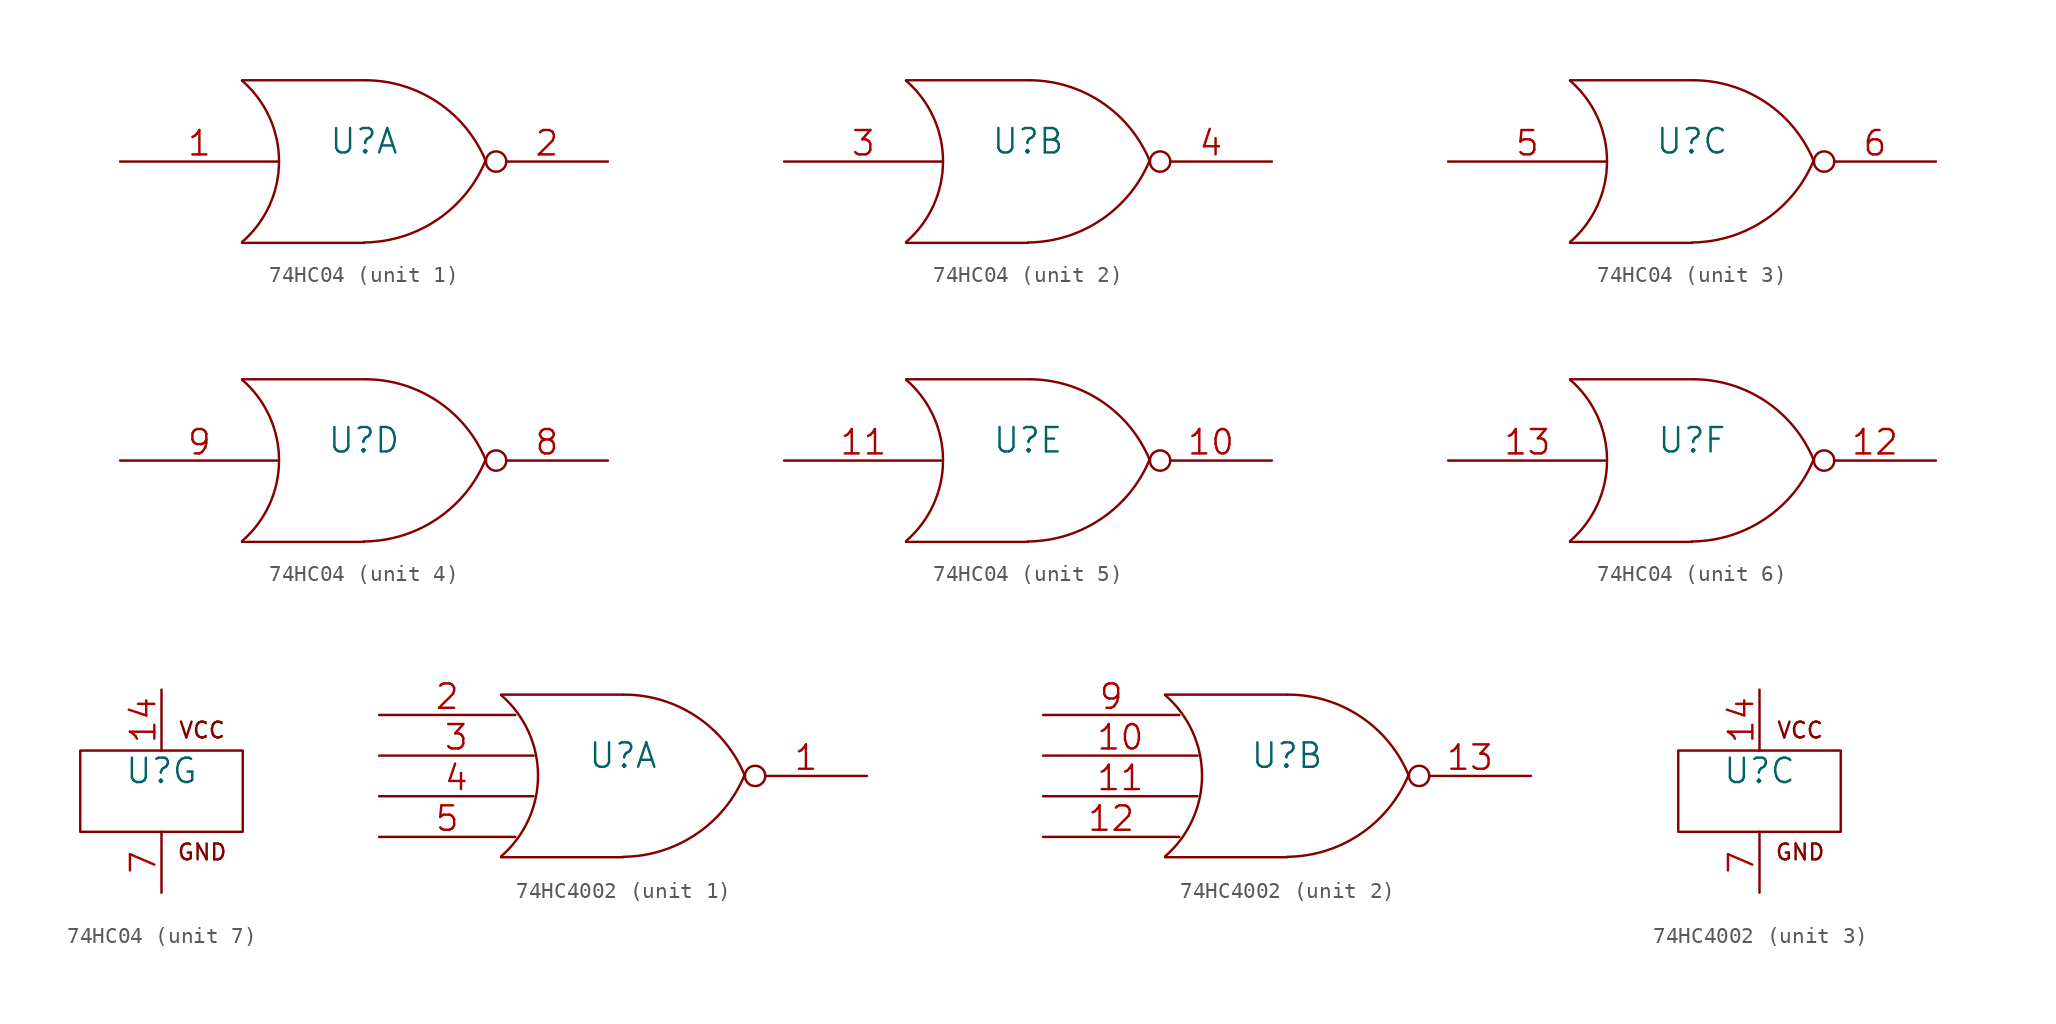
<source format=kicad_sym>
(kicad_symbol_lib
  (version 20211014)
  (generator kicad_symbol_editor)
  (symbol "74HC04"
    (pin_names
      (offset 0.762))
    (property "Reference" "U"
      (at 0 1.27 0)
      (effects (font (size 1.524 1.524))))
    (property "Datasheet" ""
      (at 0 0 0)
      (effects (font (size 1.524 1.524))))
    (property "Location" ""
      (at 0 0 0)
      (effects (font (size 1.27 1.27))))
    (property "ki_locked" ""
      (at 0 0 0)
      (effects (font (size 1.27 1.27))))
    (symbol "74HC04_1_1"
      (arc (start -7.62 -5.0292) (mid -5.3094 0.0082) (end -7.62 5.0546) (stroke (width 0) (type default) (color 0 0 0 0)) (fill (type none)))
      (arc (start 0 -5.0546) (mid 4.5632 -3.6449) (end 7.5946 0.0508) (stroke (width 0) (type default) (color 0 0 0 0)) (fill (type none)))
      (polyline (pts (xy -7.62 -5.08) (xy 0 -5.08)) (stroke (width 0) (type default) (color 0 0 0 0)) (fill (type none)))
      (polyline (pts (xy -7.62 5.08) (xy 0 5.08)) (stroke (width 0) (type default) (color 0 0 0 0)) (fill (type none)))
      (arc (start 7.62 0) (mid 4.6132 3.6946) (end 0.0508 5.08) (stroke (width 0) (type default) (color 0 0 0 0)) (fill (type none)))
      (pin input line (at -15.24 0 0) (length 9.906) (name "~" (effects (font (size 1.524 1.524)))) (number "1" (effects (font (size 1.524 1.524)))))
      (pin output inverted (at 15.24 0 180) (length 7.62) (name "~" (effects (font (size 1.524 1.524)))) (number "2" (effects (font (size 1.524 1.524))))))
    (symbol "74HC04_2_1"
      (arc (start -7.62 -5.0292) (mid -5.3094 0.0082) (end -7.62 5.0546) (stroke (width 0) (type default) (color 0 0 0 0)) (fill (type none)))
      (arc (start 0 -5.0546) (mid 4.5632 -3.6449) (end 7.5946 0.0508) (stroke (width 0) (type default) (color 0 0 0 0)) (fill (type none)))
      (polyline (pts (xy -7.62 -5.08) (xy 0 -5.08)) (stroke (width 0) (type default) (color 0 0 0 0)) (fill (type none)))
      (polyline (pts (xy -7.62 5.08) (xy 0 5.08)) (stroke (width 0) (type default) (color 0 0 0 0)) (fill (type none)))
      (arc (start 7.62 0) (mid 4.6132 3.6946) (end 0.0508 5.08) (stroke (width 0) (type default) (color 0 0 0 0)) (fill (type none)))
      (pin input line (at -15.24 0 0) (length 9.906) (name "~" (effects (font (size 1.524 1.524)))) (number "3" (effects (font (size 1.524 1.524)))))
      (pin output inverted (at 15.24 0 180) (length 7.62) (name "~" (effects (font (size 1.524 1.524)))) (number "4" (effects (font (size 1.524 1.524))))))
    (symbol "74HC04_3_1"
      (arc (start -7.62 -5.0292) (mid -5.3094 0.0082) (end -7.62 5.0546) (stroke (width 0) (type default) (color 0 0 0 0)) (fill (type none)))
      (arc (start 0 -5.0546) (mid 4.5632 -3.6449) (end 7.5946 0.0508) (stroke (width 0) (type default) (color 0 0 0 0)) (fill (type none)))
      (polyline (pts (xy -7.62 -5.08) (xy 0 -5.08)) (stroke (width 0) (type default) (color 0 0 0 0)) (fill (type none)))
      (polyline (pts (xy -7.62 5.08) (xy 0 5.08)) (stroke (width 0) (type default) (color 0 0 0 0)) (fill (type none)))
      (arc (start 7.62 0) (mid 4.6132 3.6946) (end 0.0508 5.08) (stroke (width 0) (type default) (color 0 0 0 0)) (fill (type none)))
      (pin input line (at -15.24 0 0) (length 9.906) (name "~" (effects (font (size 1.524 1.524)))) (number "5" (effects (font (size 1.524 1.524)))))
      (pin output inverted (at 15.24 0 180) (length 7.62) (name "~" (effects (font (size 1.524 1.524)))) (number "6" (effects (font (size 1.524 1.524))))))
    (symbol "74HC04_4_1"
      (arc (start -7.62 -5.0292) (mid -5.3094 0.0082) (end -7.62 5.0546) (stroke (width 0) (type default) (color 0 0 0 0)) (fill (type none)))
      (arc (start 0 -5.0546) (mid 4.5632 -3.6449) (end 7.5946 0.0508) (stroke (width 0) (type default) (color 0 0 0 0)) (fill (type none)))
      (polyline (pts (xy -7.62 -5.08) (xy 0 -5.08)) (stroke (width 0) (type default) (color 0 0 0 0)) (fill (type none)))
      (polyline (pts (xy -7.62 5.08) (xy 0 5.08)) (stroke (width 0) (type default) (color 0 0 0 0)) (fill (type none)))
      (arc (start 7.62 0) (mid 4.6132 3.6946) (end 0.0508 5.08) (stroke (width 0) (type default) (color 0 0 0 0)) (fill (type none)))
      (pin output inverted (at 15.24 0 180) (length 7.62) (name "~" (effects (font (size 1.524 1.524)))) (number "8" (effects (font (size 1.524 1.524)))))
      (pin input line (at -15.24 0 0) (length 9.906) (name "~" (effects (font (size 1.524 1.524)))) (number "9" (effects (font (size 1.524 1.524))))))
    (symbol "74HC04_5_1"
      (arc (start -7.62 -5.0292) (mid -5.3094 0.0082) (end -7.62 5.0546) (stroke (width 0) (type default) (color 0 0 0 0)) (fill (type none)))
      (arc (start 0 -5.0546) (mid 4.5632 -3.6449) (end 7.5946 0.0508) (stroke (width 0) (type default) (color 0 0 0 0)) (fill (type none)))
      (polyline (pts (xy -7.62 -5.08) (xy 0 -5.08)) (stroke (width 0) (type default) (color 0 0 0 0)) (fill (type none)))
      (polyline (pts (xy -7.62 5.08) (xy 0 5.08)) (stroke (width 0) (type default) (color 0 0 0 0)) (fill (type none)))
      (arc (start 7.62 0) (mid 4.6132 3.6946) (end 0.0508 5.08) (stroke (width 0) (type default) (color 0 0 0 0)) (fill (type none)))
      (pin output inverted (at 15.24 0 180) (length 7.62) (name "~" (effects (font (size 1.524 1.524)))) (number "10" (effects (font (size 1.524 1.524)))))
      (pin input line (at -15.24 0 0) (length 9.906) (name "~" (effects (font (size 1.524 1.524)))) (number "11" (effects (font (size 1.524 1.524))))))
    (symbol "74HC04_6_1"
      (arc (start -7.62 -5.0292) (mid -5.3094 0.0082) (end -7.62 5.0546) (stroke (width 0) (type default) (color 0 0 0 0)) (fill (type none)))
      (arc (start 0 -5.0546) (mid 4.5632 -3.6449) (end 7.5946 0.0508) (stroke (width 0) (type default) (color 0 0 0 0)) (fill (type none)))
      (polyline (pts (xy -7.62 -5.08) (xy 0 -5.08)) (stroke (width 0) (type default) (color 0 0 0 0)) (fill (type none)))
      (polyline (pts (xy -7.62 5.08) (xy 0 5.08)) (stroke (width 0) (type default) (color 0 0 0 0)) (fill (type none)))
      (arc (start 7.62 0) (mid 4.6132 3.6946) (end 0.0508 5.08) (stroke (width 0) (type default) (color 0 0 0 0)) (fill (type none)))
      (pin output inverted (at 15.24 0 180) (length 7.62) (name "~" (effects (font (size 1.524 1.524)))) (number "12" (effects (font (size 1.524 1.524)))))
      (pin input line (at -15.24 0 0) (length 9.906) (name "~" (effects (font (size 1.524 1.524)))) (number "13" (effects (font (size 1.524 1.524))))))
    (symbol "74HC04_7_0"
      (text "GND" (at 2.54 -3.81 0) (effects (font (size 0.991 0.991))))
      (text "VCC" (at 2.54 3.81 0) (effects (font (size 0.991 0.991)))))
    (symbol "74HC04_7_1"
      (rectangle (start -5.08 2.54) (end 5.08 -2.54) (stroke (width 0) (type default) (color 0 0 0 0)) (fill (type none)))
      (pin power_in line (at 0 6.35 270) (length 3.81) (name "VCC" (effects (font (size 0 0)))) (number "14" (effects (font (size 1.524 1.524)))))
      (pin power_in line (at 0 -6.35 90) (length 3.81) (name "GND" (effects (font (size 0 0)))) (number "7" (effects (font (size 1.524 1.524)))))))
  (symbol "74HC4002"
    (pin_names
      (offset 0.762))
    (property "Reference" "U"
      (at 0 1.27 0)
      (effects (font (size 1.524 1.524))))
    (property "Datasheet" ""
      (at 0 0 0)
      (effects (font (size 1.524 1.524))))
    (property "ki_locked" ""
      (at 0 0 0)
      (effects (font (size 1.27 1.27))))
    (symbol "74HC4002_1_1"
      (arc (start -7.62 -5.0292) (mid -5.3094 0.0082) (end -7.62 5.0546) (stroke (width 0) (type default) (color 0 0 0 0)) (fill (type none)))
      (arc (start 0 -5.0546) (mid 4.5632 -3.6449) (end 7.5946 0.0508) (stroke (width 0) (type default) (color 0 0 0 0)) (fill (type none)))
      (polyline (pts (xy -7.62 -5.08) (xy 0 -5.08)) (stroke (width 0) (type default) (color 0 0 0 0)) (fill (type none)))
      (polyline (pts (xy -7.62 5.08) (xy 0 5.08)) (stroke (width 0) (type default) (color 0 0 0 0)) (fill (type none)))
      (arc (start 7.62 0) (mid 4.6132 3.6946) (end 0.0508 5.08) (stroke (width 0) (type default) (color 0 0 0 0)) (fill (type none)))
      (pin output inverted (at 15.24 0 180) (length 7.62) (name "~" (effects (font (size 1.524 1.524)))) (number "1" (effects (font (size 1.524 1.524)))))
      (pin input line (at -15.24 3.81 0) (length 8.509) (name "~" (effects (font (size 1.524 1.524)))) (number "2" (effects (font (size 1.524 1.524)))))
      (pin input line (at -15.24 1.27 0) (length 9.652) (name "~" (effects (font (size 1.524 1.524)))) (number "3" (effects (font (size 1.524 1.524)))))
      (pin input line (at -15.24 -1.27 0) (length 9.652) (name "~" (effects (font (size 1.524 1.524)))) (number "4" (effects (font (size 1.524 1.524)))))
      (pin input line (at -15.24 -3.81 0) (length 8.509) (name "~" (effects (font (size 1.524 1.524)))) (number "5" (effects (font (size 1.524 1.524)))))
      (pin no_connect line (at -2.54 5.08 90) (length 0) hide (name "NC1" (effects (font (size 1.27 1.27)))) (number "6" (effects (font (size 1.27 1.27)))))
      (pin no_connect line (at 0 5.08 90) (length 0) hide (name "NC2" (effects (font (size 1.27 1.27)))) (number "8" (effects (font (size 1.27 1.27))))))
    (symbol "74HC4002_2_1"
      (arc (start -7.62 -5.0292) (mid -5.3094 0.0082) (end -7.62 5.0546) (stroke (width 0) (type default) (color 0 0 0 0)) (fill (type none)))
      (arc (start 0 -5.0546) (mid 4.5632 -3.6449) (end 7.5946 0.0508) (stroke (width 0) (type default) (color 0 0 0 0)) (fill (type none)))
      (polyline (pts (xy -7.62 -5.08) (xy 0 -5.08)) (stroke (width 0) (type default) (color 0 0 0 0)) (fill (type none)))
      (polyline (pts (xy -7.62 5.08) (xy 0 5.08)) (stroke (width 0) (type default) (color 0 0 0 0)) (fill (type none)))
      (arc (start 7.62 0) (mid 4.6132 3.6946) (end 0.0508 5.08) (stroke (width 0) (type default) (color 0 0 0 0)) (fill (type none)))
      (pin input line (at -15.24 1.27 0) (length 9.652) (name "~" (effects (font (size 1.524 1.524)))) (number "10" (effects (font (size 1.524 1.524)))))
      (pin input line (at -15.24 -1.27 0) (length 9.652) (name "~" (effects (font (size 1.524 1.524)))) (number "11" (effects (font (size 1.524 1.524)))))
      (pin input line (at -15.24 -3.81 0) (length 8.509) (name "~" (effects (font (size 1.524 1.524)))) (number "12" (effects (font (size 1.524 1.524)))))
      (pin output inverted (at 15.24 0 180) (length 7.62) (name "~" (effects (font (size 1.524 1.524)))) (number "13" (effects (font (size 1.524 1.524)))))
      (pin input line (at -15.24 3.81 0) (length 8.509) (name "~" (effects (font (size 1.524 1.524)))) (number "9" (effects (font (size 1.524 1.524))))))
    (symbol "74HC4002_3_0"
      (text "GND" (at 2.54 -3.81 0) (effects (font (size 0.991 0.991))))
      (text "VCC" (at 2.54 3.81 0) (effects (font (size 0.991 0.991)))))
    (symbol "74HC4002_3_1"
      (rectangle (start -5.08 2.54) (end 5.08 -2.54) (stroke (width 0) (type default) (color 0 0 0 0)) (fill (type none)))
      (pin power_in line (at 0 6.35 270) (length 3.81) (name "VCC" (effects (font (size 0 0)))) (number "14" (effects (font (size 1.524 1.524)))))
      (pin power_in line (at 0 -6.35 90) (length 3.81) (name "GND" (effects (font (size 0 0)))) (number "7" (effects (font (size 1.524 1.524))))))))
</source>
